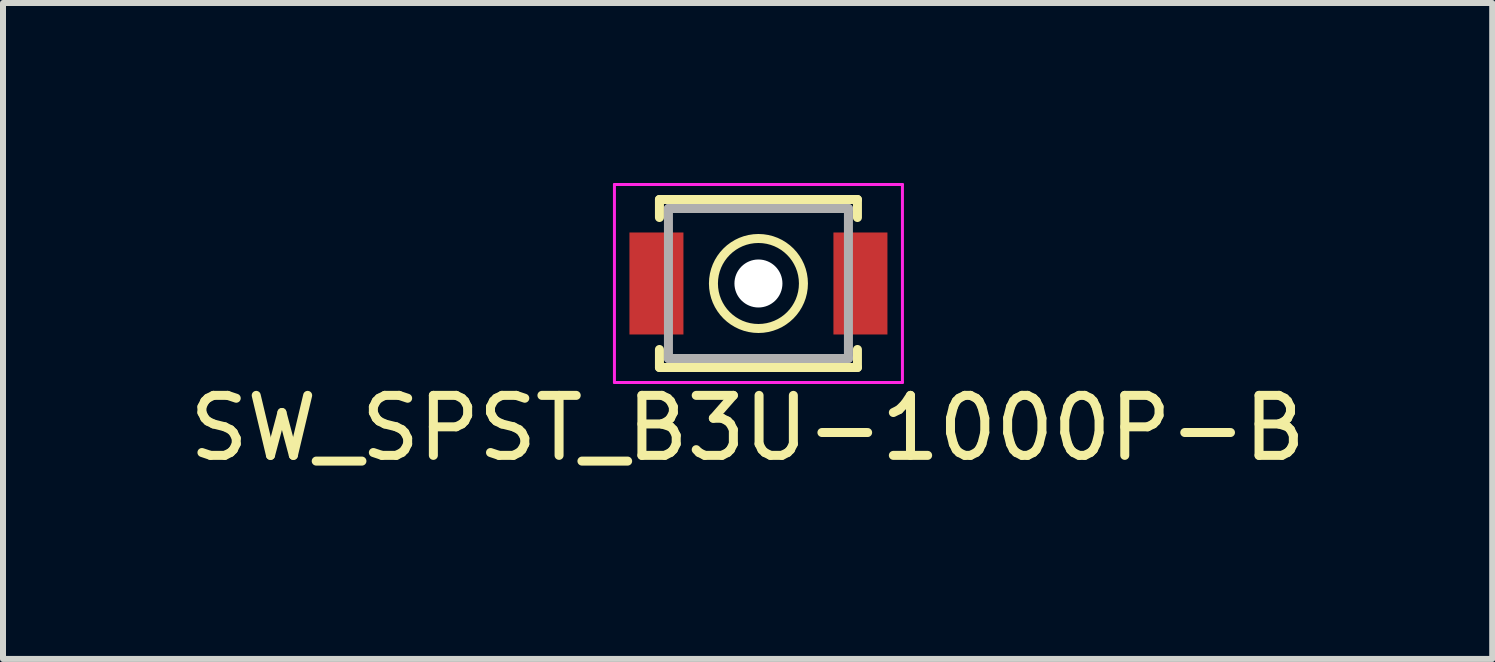
<source format=kicad_pcb>
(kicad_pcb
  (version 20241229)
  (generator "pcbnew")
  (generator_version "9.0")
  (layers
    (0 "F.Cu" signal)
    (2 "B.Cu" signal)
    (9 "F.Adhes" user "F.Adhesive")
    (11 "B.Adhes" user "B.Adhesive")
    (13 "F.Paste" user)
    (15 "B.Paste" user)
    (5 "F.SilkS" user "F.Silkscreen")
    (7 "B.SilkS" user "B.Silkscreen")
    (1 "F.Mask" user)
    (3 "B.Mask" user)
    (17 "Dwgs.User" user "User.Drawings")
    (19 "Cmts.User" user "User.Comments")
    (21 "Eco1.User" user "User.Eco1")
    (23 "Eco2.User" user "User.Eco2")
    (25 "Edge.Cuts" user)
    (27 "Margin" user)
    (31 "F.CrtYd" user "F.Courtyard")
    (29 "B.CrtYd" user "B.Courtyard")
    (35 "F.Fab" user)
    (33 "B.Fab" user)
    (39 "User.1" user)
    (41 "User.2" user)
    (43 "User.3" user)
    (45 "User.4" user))
  (footprint "SW_SPST_B3U-1000P-B"
    (layer "F.Cu")
    (at 9.591 1.675)
    (property "Reference" "SW_SPST_B3U-1000P-B" (at -0.18 2.41 180) (layer "F.SilkS") (effects (font (size 1 1) (thickness 0.15))))
    (attr smd)
    (fp_line (start -1.65 -1.4) (end 1.65 -1.4) (stroke (width 0.15) (type solid)) (layer "F.SilkS"))
    (fp_line (start -1.65 -1.1) (end -1.65 -1.4) (stroke (width 0.15) (type solid)) (layer "F.SilkS"))
    (fp_line (start -1.65 1.1) (end -1.65 1.4) (stroke (width 0.15) (type solid)) (layer "F.SilkS"))
    (fp_line (start -1.65 1.4) (end 1.65 1.4) (stroke (width 0.15) (type solid)) (layer "F.SilkS"))
    (fp_line (start 1.65 -1.4) (end 1.65 -1.1) (stroke (width 0.15) (type solid)) (layer "F.SilkS"))
    (fp_line (start 1.65 1.4) (end 1.65 1.1) (stroke (width 0.15) (type solid)) (layer "F.SilkS"))
    (fp_circle (center 0 0) (end 0.75 0) (stroke (width 0.15) (type solid)) (fill no) (layer "F.SilkS"))
    (fp_line (start -2.4 -1.65) (end -2.4 1.65) (stroke (width 0.05) (type solid)) (layer "F.CrtYd"))
    (fp_line (start -2.4 1.65) (end 2.4 1.65) (stroke (width 0.05) (type solid)) (layer "F.CrtYd"))
    (fp_line (start 2.4 -1.65) (end -2.4 -1.65) (stroke (width 0.05) (type solid)) (layer "F.CrtYd"))
    (fp_line (start 2.4 1.65) (end 2.4 -1.65) (stroke (width 0.05) (type solid)) (layer "F.CrtYd"))
    (fp_line (start -1.5 -1.25) (end 1.5 -1.25) (stroke (width 0.15) (type solid)) (layer "F.Fab"))
    (fp_line (start -1.5 1.25) (end -1.5 -1.25) (stroke (width 0.15) (type solid)) (layer "F.Fab"))
    (fp_line (start 1.5 -1.25) (end 1.5 1.25) (stroke (width 0.15) (type solid)) (layer "F.Fab"))
    (fp_line (start 1.5 1.25) (end -1.5 1.25) (stroke (width 0.15) (type solid)) (layer "F.Fab"))
    (pad "" np_thru_hole circle (at 0 0) (size 0.8 0.8) (drill 0.8) (layers "*.Cu" "*.Mask"))
    (pad "1" smd rect (at -1.7 0) (size 0.9 1.7) (layers "F.Cu" "F.Mask" "F.Paste"))
    (pad "2" smd rect (at 1.7 0) (size 0.9 1.7) (layers "F.Cu" "F.Mask" "F.Paste")))
  (gr_rect
    (start -3 -3)
    (end 21.821 7.933)
    (stroke (width 0.1) (type default))
    (fill no)
    (layer "Edge.Cuts")))
</source>
